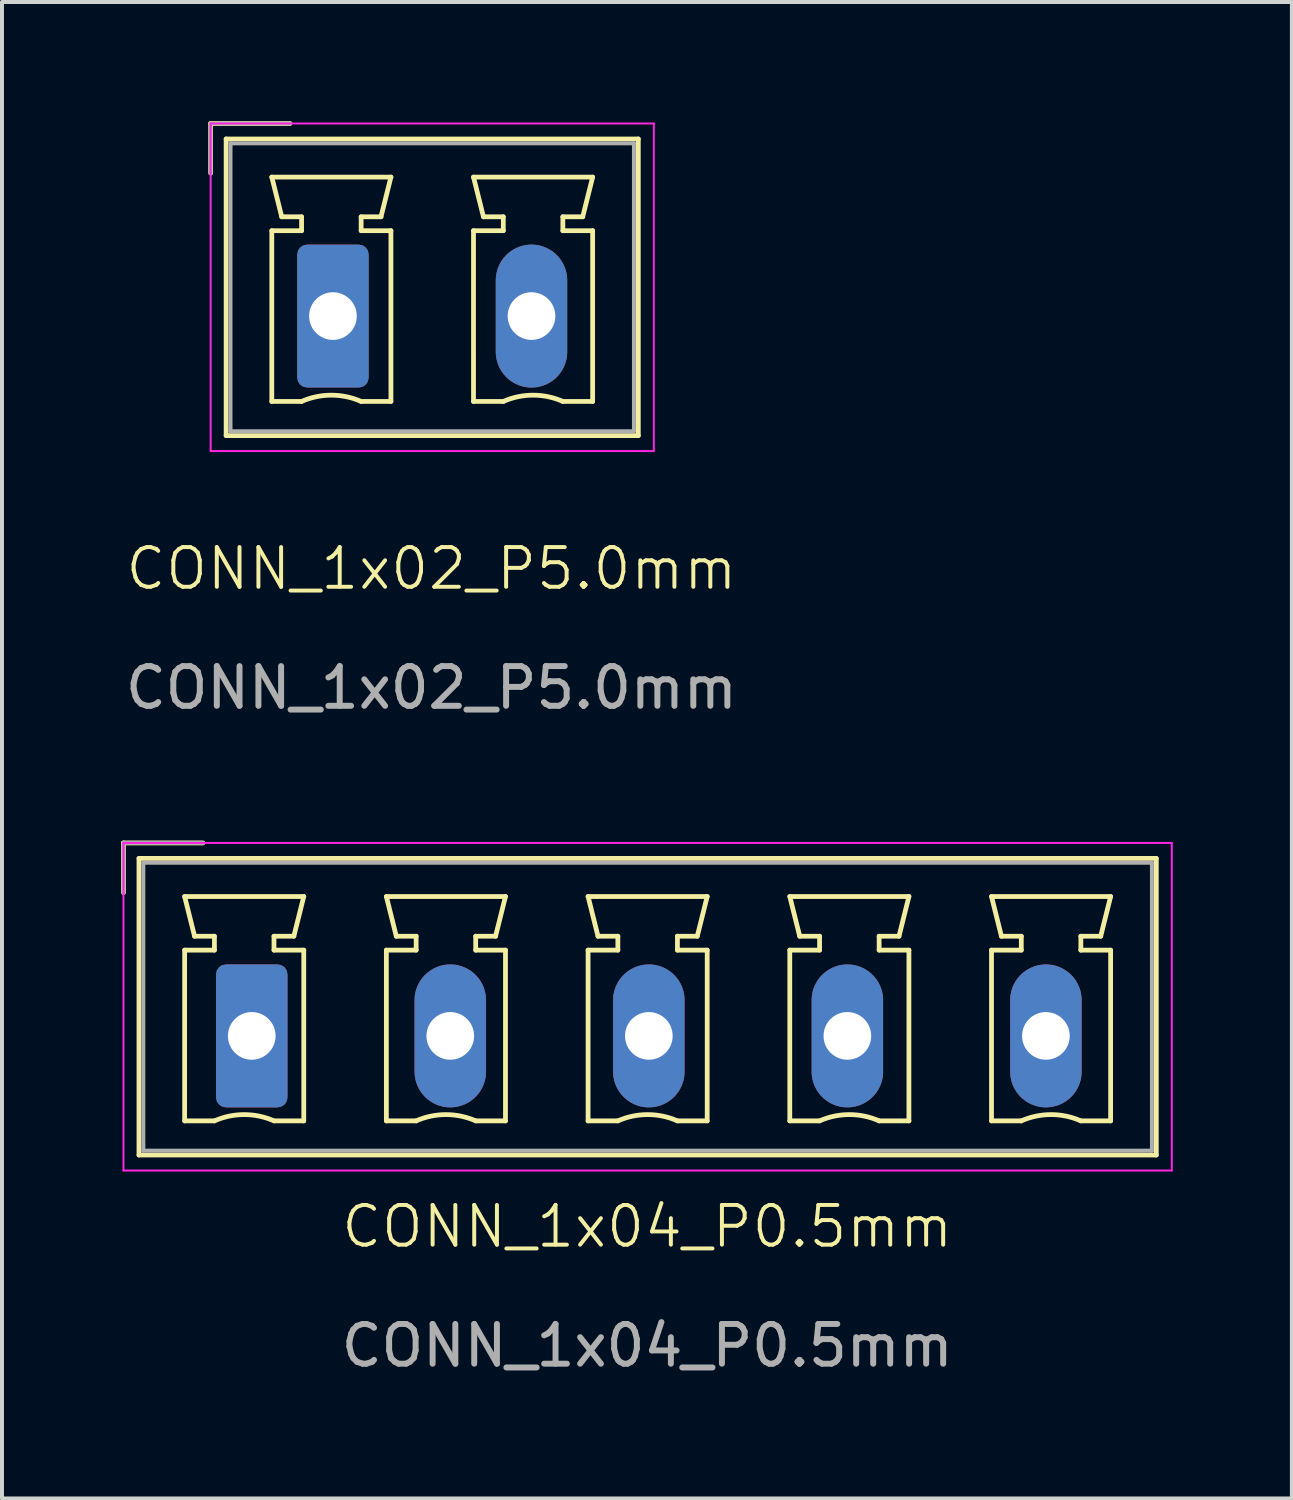
<source format=kicad_pcb>
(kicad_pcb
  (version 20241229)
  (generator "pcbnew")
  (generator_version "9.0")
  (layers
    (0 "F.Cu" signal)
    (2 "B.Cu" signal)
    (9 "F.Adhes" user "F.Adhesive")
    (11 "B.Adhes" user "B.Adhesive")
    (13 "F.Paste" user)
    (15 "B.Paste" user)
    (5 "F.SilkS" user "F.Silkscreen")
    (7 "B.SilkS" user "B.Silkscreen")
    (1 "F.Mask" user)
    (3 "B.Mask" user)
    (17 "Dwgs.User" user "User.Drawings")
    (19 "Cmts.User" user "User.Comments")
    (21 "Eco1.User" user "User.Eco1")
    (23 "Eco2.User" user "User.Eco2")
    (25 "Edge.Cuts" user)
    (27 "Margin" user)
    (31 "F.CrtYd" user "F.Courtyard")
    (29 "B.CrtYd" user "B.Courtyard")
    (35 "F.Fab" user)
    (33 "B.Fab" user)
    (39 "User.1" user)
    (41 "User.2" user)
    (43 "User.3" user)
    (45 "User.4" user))
  (footprint "CONN_1x02_P5.0mm"
    (layer "F.Cu")
    (at 7.835 4.76)
    (property "Reference" "CONN_1x02_P5.0mm" (at -0.02 6.51 0) (unlocked yes) (layer "F.SilkS") (effects (font (size 1 1) (thickness 0.1))))
    (attr through_hole)
    (fp_line (start -5.58 -4.7) (end -3.58 -4.7) (stroke (width 0.12) (type solid)) (layer "F.SilkS"))
    (fp_line (start -5.58 -3.45) (end -5.58 -4.7) (stroke (width 0.12) (type solid)) (layer "F.SilkS"))
    (fp_line (start -5.19 -4.31) (end -5.19 3.16) (stroke (width 0.12) (type solid)) (layer "F.SilkS"))
    (fp_line (start -5.19 3.16) (end 5.19 3.16) (stroke (width 0.12) (type solid)) (layer "F.SilkS"))
    (fp_line (start -4.04 -3.35) (end -1.04 -3.35) (stroke (width 0.12) (type solid)) (layer "F.SilkS"))
    (fp_line (start -4.04 -2) (end -3.29 -2) (stroke (width 0.12) (type solid)) (layer "F.SilkS"))
    (fp_line (start -4.04 2.3) (end -4.04 -2) (stroke (width 0.12) (type solid)) (layer "F.SilkS"))
    (fp_line (start -3.79 -2.35) (end -4.04 -3.35) (stroke (width 0.12) (type solid)) (layer "F.SilkS"))
    (fp_line (start -3.29 -2.35) (end -3.79 -2.35) (stroke (width 0.12) (type solid)) (layer "F.SilkS"))
    (fp_line (start -3.29 -2) (end -3.29 -2.35) (stroke (width 0.12) (type solid)) (layer "F.SilkS"))
    (fp_line (start -3.29 2.3) (end -4.04 2.3) (stroke (width 0.12) (type solid)) (layer "F.SilkS"))
    (fp_line (start -1.79 -2.35) (end -1.79 -2) (stroke (width 0.12) (type solid)) (layer "F.SilkS"))
    (fp_line (start -1.79 -2) (end -1.04 -2) (stroke (width 0.12) (type solid)) (layer "F.SilkS"))
    (fp_line (start -1.29 -2.35) (end -1.79 -2.35) (stroke (width 0.12) (type solid)) (layer "F.SilkS"))
    (fp_line (start -1.04 -3.35) (end -1.29 -2.35) (stroke (width 0.12) (type solid)) (layer "F.SilkS"))
    (fp_line (start -1.04 -2) (end -1.04 2.3) (stroke (width 0.12) (type solid)) (layer "F.SilkS"))
    (fp_line (start -1.04 2.3) (end -1.79 2.3) (stroke (width 0.12) (type solid)) (layer "F.SilkS"))
    (fp_line (start 1.04 -3.35) (end 4.04 -3.35) (stroke (width 0.12) (type solid)) (layer "F.SilkS"))
    (fp_line (start 1.04 -2) (end 1.79 -2) (stroke (width 0.12) (type solid)) (layer "F.SilkS"))
    (fp_line (start 1.04 2.3) (end 1.04 -2) (stroke (width 0.12) (type solid)) (layer "F.SilkS"))
    (fp_line (start 1.29 -2.35) (end 1.04 -3.35) (stroke (width 0.12) (type solid)) (layer "F.SilkS"))
    (fp_line (start 1.79 -2.35) (end 1.29 -2.35) (stroke (width 0.12) (type solid)) (layer "F.SilkS"))
    (fp_line (start 1.79 -2) (end 1.79 -2.35) (stroke (width 0.12) (type solid)) (layer "F.SilkS"))
    (fp_line (start 1.79 2.3) (end 1.04 2.3) (stroke (width 0.12) (type solid)) (layer "F.SilkS"))
    (fp_line (start 3.29 -2.35) (end 3.29 -2) (stroke (width 0.12) (type solid)) (layer "F.SilkS"))
    (fp_line (start 3.29 -2) (end 4.04 -2) (stroke (width 0.12) (type solid)) (layer "F.SilkS"))
    (fp_line (start 3.79 -2.35) (end 3.29 -2.35) (stroke (width 0.12) (type solid)) (layer "F.SilkS"))
    (fp_line (start 4.04 -3.35) (end 3.79 -2.35) (stroke (width 0.12) (type solid)) (layer "F.SilkS"))
    (fp_line (start 4.04 -2) (end 4.04 2.3) (stroke (width 0.12) (type solid)) (layer "F.SilkS"))
    (fp_line (start 4.04 2.3) (end 3.29 2.3) (stroke (width 0.12) (type solid)) (layer "F.SilkS"))
    (fp_line (start 5.19 -4.31) (end -5.19 -4.31) (stroke (width 0.12) (type solid)) (layer "F.SilkS"))
    (fp_line (start 5.19 3.16) (end 5.19 -4.31) (stroke (width 0.12) (type solid)) (layer "F.SilkS"))
    (fp_arc (start -3.29 2.3) (mid -2.540193 2.14191) (end -1.790353 2.299844) (stroke (width 0.12) (type solid)) (layer "F.SilkS"))
    (fp_arc (start 1.79 2.3) (mid 2.539807 2.14191) (end 3.289647 2.299844) (stroke (width 0.12) (type solid)) (layer "F.SilkS"))
    (fp_line (start -5.58 -4.7) (end -5.58 3.55) (stroke (width 0.05) (type solid)) (layer "F.CrtYd"))
    (fp_line (start -5.58 3.55) (end 5.58 3.55) (stroke (width 0.05) (type solid)) (layer "F.CrtYd"))
    (fp_line (start 5.58 -4.7) (end -5.58 -4.7) (stroke (width 0.05) (type solid)) (layer "F.CrtYd"))
    (fp_line (start 5.58 3.55) (end 5.58 -4.7) (stroke (width 0.05) (type solid)) (layer "F.CrtYd"))
    (fp_line (start -5.58 -4.7) (end -3.58 -4.7) (stroke (width 0.1) (type solid)) (layer "F.Fab"))
    (fp_line (start -5.58 -3.45) (end -5.58 -4.7) (stroke (width 0.1) (type solid)) (layer "F.Fab"))
    (fp_line (start -5.08 -4.2) (end -5.08 3.05) (stroke (width 0.1) (type solid)) (layer "F.Fab"))
    (fp_line (start -5.08 3.05) (end 5.08 3.05) (stroke (width 0.1) (type solid)) (layer "F.Fab"))
    (fp_line (start 5.08 -4.2) (end -5.08 -4.2) (stroke (width 0.1) (type solid)) (layer "F.Fab"))
    (fp_line (start 5.08 3.05) (end 5.08 -4.2) (stroke (width 0.1) (type solid)) (layer "F.Fab"))
    (fp_text user "${REFERENCE}" (at -0.02 9.51 0) (unlocked yes) (layer "F.Fab") (effects (font (size 1 1) (thickness 0.15))))
    (pad "1" thru_hole roundrect (at -2.5 0.15) (size 1.8 3.6) (drill 1.2) (layers "*.Cu" "*.Mask") (roundrect_rratio 0.139))
    (pad "2" thru_hole oval (at 2.5 0.15) (size 1.8 3.6) (drill 1.2) (layers "*.Cu" "*.Mask")))
  (footprint "CONN_1x04_P0.5mm"
    (layer "F.Cu")
    (at 13.29 23.038)
    (property "Reference" "CONN_1x04_P0.5mm" (at -0.04 4.8 0) (unlocked yes) (layer "F.SilkS") (effects (font (size 1 1) (thickness 0.1))))
    (attr through_hole)
    (fp_line (start -13.23 -4.86) (end -11.23 -4.86) (stroke (width 0.12) (type solid)) (layer "F.SilkS"))
    (fp_line (start -13.23 -3.61) (end -13.23 -4.86) (stroke (width 0.12) (type solid)) (layer "F.SilkS"))
    (fp_line (start -12.84 -4.47) (end -12.84 3) (stroke (width 0.12) (type solid)) (layer "F.SilkS"))
    (fp_line (start -12.84 3) (end 12.78 3) (stroke (width 0.12) (type solid)) (layer "F.SilkS"))
    (fp_line (start -11.69 -3.51) (end -8.69 -3.51) (stroke (width 0.12) (type solid)) (layer "F.SilkS"))
    (fp_line (start -11.69 -2.16) (end -10.94 -2.16) (stroke (width 0.12) (type solid)) (layer "F.SilkS"))
    (fp_line (start -11.69 2.14) (end -11.69 -2.16) (stroke (width 0.12) (type solid)) (layer "F.SilkS"))
    (fp_line (start -11.44 -2.51) (end -11.69 -3.51) (stroke (width 0.12) (type solid)) (layer "F.SilkS"))
    (fp_line (start -10.94 -2.51) (end -11.44 -2.51) (stroke (width 0.12) (type solid)) (layer "F.SilkS"))
    (fp_line (start -10.94 -2.16) (end -10.94 -2.51) (stroke (width 0.12) (type solid)) (layer "F.SilkS"))
    (fp_line (start -10.94 2.14) (end -11.69 2.14) (stroke (width 0.12) (type solid)) (layer "F.SilkS"))
    (fp_line (start -9.44 -2.51) (end -9.44 -2.16) (stroke (width 0.12) (type solid)) (layer "F.SilkS"))
    (fp_line (start -9.44 -2.16) (end -8.69 -2.16) (stroke (width 0.12) (type solid)) (layer "F.SilkS"))
    (fp_line (start -8.94 -2.51) (end -9.44 -2.51) (stroke (width 0.12) (type solid)) (layer "F.SilkS"))
    (fp_line (start -8.69 -3.51) (end -8.94 -2.51) (stroke (width 0.12) (type solid)) (layer "F.SilkS"))
    (fp_line (start -8.69 -2.16) (end -8.69 2.14) (stroke (width 0.12) (type solid)) (layer "F.SilkS"))
    (fp_line (start -8.69 2.14) (end -9.44 2.14) (stroke (width 0.12) (type solid)) (layer "F.SilkS"))
    (fp_line (start -6.61 -3.51) (end -3.61 -3.51) (stroke (width 0.12) (type solid)) (layer "F.SilkS"))
    (fp_line (start -6.61 -2.16) (end -5.86 -2.16) (stroke (width 0.12) (type solid)) (layer "F.SilkS"))
    (fp_line (start -6.61 2.14) (end -6.61 -2.16) (stroke (width 0.12) (type solid)) (layer "F.SilkS"))
    (fp_line (start -6.36 -2.51) (end -6.61 -3.51) (stroke (width 0.12) (type solid)) (layer "F.SilkS"))
    (fp_line (start -5.86 -2.51) (end -6.36 -2.51) (stroke (width 0.12) (type solid)) (layer "F.SilkS"))
    (fp_line (start -5.86 -2.16) (end -5.86 -2.51) (stroke (width 0.12) (type solid)) (layer "F.SilkS"))
    (fp_line (start -5.86 2.14) (end -6.61 2.14) (stroke (width 0.12) (type solid)) (layer "F.SilkS"))
    (fp_line (start -4.36 -2.51) (end -4.36 -2.16) (stroke (width 0.12) (type solid)) (layer "F.SilkS"))
    (fp_line (start -4.36 -2.16) (end -3.61 -2.16) (stroke (width 0.12) (type solid)) (layer "F.SilkS"))
    (fp_line (start -3.86 -2.51) (end -4.36 -2.51) (stroke (width 0.12) (type solid)) (layer "F.SilkS"))
    (fp_line (start -3.61 -3.51) (end -3.86 -2.51) (stroke (width 0.12) (type solid)) (layer "F.SilkS"))
    (fp_line (start -3.61 -2.16) (end -3.61 2.14) (stroke (width 0.12) (type solid)) (layer "F.SilkS"))
    (fp_line (start -3.61 2.14) (end -4.36 2.14) (stroke (width 0.12) (type solid)) (layer "F.SilkS"))
    (fp_line (start -1.53 -3.51) (end 1.47 -3.51) (stroke (width 0.12) (type solid)) (layer "F.SilkS"))
    (fp_line (start -1.53 -2.16) (end -0.78 -2.16) (stroke (width 0.12) (type solid)) (layer "F.SilkS"))
    (fp_line (start -1.53 2.14) (end -1.53 -2.16) (stroke (width 0.12) (type solid)) (layer "F.SilkS"))
    (fp_line (start -1.28 -2.51) (end -1.53 -3.51) (stroke (width 0.12) (type solid)) (layer "F.SilkS"))
    (fp_line (start -0.78 -2.51) (end -1.28 -2.51) (stroke (width 0.12) (type solid)) (layer "F.SilkS"))
    (fp_line (start -0.78 -2.16) (end -0.78 -2.51) (stroke (width 0.12) (type solid)) (layer "F.SilkS"))
    (fp_line (start -0.78 2.14) (end -1.53 2.14) (stroke (width 0.12) (type solid)) (layer "F.SilkS"))
    (fp_line (start 0.72 -2.51) (end 0.72 -2.16) (stroke (width 0.12) (type solid)) (layer "F.SilkS"))
    (fp_line (start 0.72 -2.16) (end 1.47 -2.16) (stroke (width 0.12) (type solid)) (layer "F.SilkS"))
    (fp_line (start 1.22 -2.51) (end 0.72 -2.51) (stroke (width 0.12) (type solid)) (layer "F.SilkS"))
    (fp_line (start 1.47 -3.51) (end 1.22 -2.51) (stroke (width 0.12) (type solid)) (layer "F.SilkS"))
    (fp_line (start 1.47 -2.16) (end 1.47 2.14) (stroke (width 0.12) (type solid)) (layer "F.SilkS"))
    (fp_line (start 1.47 2.14) (end 0.72 2.14) (stroke (width 0.12) (type solid)) (layer "F.SilkS"))
    (fp_line (start 3.55 -3.51) (end 6.55 -3.51) (stroke (width 0.12) (type solid)) (layer "F.SilkS"))
    (fp_line (start 3.55 -2.16) (end 4.3 -2.16) (stroke (width 0.12) (type solid)) (layer "F.SilkS"))
    (fp_line (start 3.55 2.14) (end 3.55 -2.16) (stroke (width 0.12) (type solid)) (layer "F.SilkS"))
    (fp_line (start 3.8 -2.51) (end 3.55 -3.51) (stroke (width 0.12) (type solid)) (layer "F.SilkS"))
    (fp_line (start 4.3 -2.51) (end 3.8 -2.51) (stroke (width 0.12) (type solid)) (layer "F.SilkS"))
    (fp_line (start 4.3 -2.16) (end 4.3 -2.51) (stroke (width 0.12) (type solid)) (layer "F.SilkS"))
    (fp_line (start 4.3 2.14) (end 3.55 2.14) (stroke (width 0.12) (type solid)) (layer "F.SilkS"))
    (fp_line (start 5.8 -2.51) (end 5.8 -2.16) (stroke (width 0.12) (type solid)) (layer "F.SilkS"))
    (fp_line (start 5.8 -2.16) (end 6.55 -2.16) (stroke (width 0.12) (type solid)) (layer "F.SilkS"))
    (fp_line (start 6.3 -2.51) (end 5.8 -2.51) (stroke (width 0.12) (type solid)) (layer "F.SilkS"))
    (fp_line (start 6.55 -3.51) (end 6.3 -2.51) (stroke (width 0.12) (type solid)) (layer "F.SilkS"))
    (fp_line (start 6.55 -2.16) (end 6.55 2.14) (stroke (width 0.12) (type solid)) (layer "F.SilkS"))
    (fp_line (start 6.55 2.14) (end 5.8 2.14) (stroke (width 0.12) (type solid)) (layer "F.SilkS"))
    (fp_line (start 8.63 -3.51) (end 11.63 -3.51) (stroke (width 0.12) (type solid)) (layer "F.SilkS"))
    (fp_line (start 8.63 -2.16) (end 9.38 -2.16) (stroke (width 0.12) (type solid)) (layer "F.SilkS"))
    (fp_line (start 8.63 2.14) (end 8.63 -2.16) (stroke (width 0.12) (type solid)) (layer "F.SilkS"))
    (fp_line (start 8.88 -2.51) (end 8.63 -3.51) (stroke (width 0.12) (type solid)) (layer "F.SilkS"))
    (fp_line (start 9.38 -2.51) (end 8.88 -2.51) (stroke (width 0.12) (type solid)) (layer "F.SilkS"))
    (fp_line (start 9.38 -2.16) (end 9.38 -2.51) (stroke (width 0.12) (type solid)) (layer "F.SilkS"))
    (fp_line (start 9.38 2.14) (end 8.63 2.14) (stroke (width 0.12) (type solid)) (layer "F.SilkS"))
    (fp_line (start 10.88 -2.51) (end 10.88 -2.16) (stroke (width 0.12) (type solid)) (layer "F.SilkS"))
    (fp_line (start 10.88 -2.16) (end 11.63 -2.16) (stroke (width 0.12) (type solid)) (layer "F.SilkS"))
    (fp_line (start 11.38 -2.51) (end 10.88 -2.51) (stroke (width 0.12) (type solid)) (layer "F.SilkS"))
    (fp_line (start 11.63 -3.51) (end 11.38 -2.51) (stroke (width 0.12) (type solid)) (layer "F.SilkS"))
    (fp_line (start 11.63 -2.16) (end 11.63 2.14) (stroke (width 0.12) (type solid)) (layer "F.SilkS"))
    (fp_line (start 11.63 2.14) (end 10.88 2.14) (stroke (width 0.12) (type solid)) (layer "F.SilkS"))
    (fp_line (start 12.78 -4.47) (end -12.84 -4.47) (stroke (width 0.12) (type solid)) (layer "F.SilkS"))
    (fp_line (start 12.78 3) (end 12.78 -4.47) (stroke (width 0.12) (type solid)) (layer "F.SilkS"))
    (fp_arc (start -10.94 2.14) (mid -10.190193 1.98191) (end -9.440353 2.139844) (stroke (width 0.12) (type solid)) (layer "F.SilkS"))
    (fp_arc (start -5.86 2.14) (mid -5.110193 1.98191) (end -4.360353 2.139844) (stroke (width 0.12) (type solid)) (layer "F.SilkS"))
    (fp_arc (start -0.78 2.14) (mid -0.030193 1.98191) (end 0.719647 2.139844) (stroke (width 0.12) (type solid)) (layer "F.SilkS"))
    (fp_arc (start 4.3 2.14) (mid 5.049807 1.98191) (end 5.799647 2.139844) (stroke (width 0.12) (type solid)) (layer "F.SilkS"))
    (fp_arc (start 9.38 2.14) (mid 10.129807 1.98191) (end 10.879647 2.139844) (stroke (width 0.12) (type solid)) (layer "F.SilkS"))
    (fp_line (start -13.23 -4.86) (end -13.23 3.39) (stroke (width 0.05) (type solid)) (layer "F.CrtYd"))
    (fp_line (start -13.23 3.39) (end 13.17 3.39) (stroke (width 0.05) (type solid)) (layer "F.CrtYd"))
    (fp_line (start 13.17 -4.86) (end -13.23 -4.86) (stroke (width 0.05) (type solid)) (layer "F.CrtYd"))
    (fp_line (start 13.17 3.39) (end 13.17 -4.86) (stroke (width 0.05) (type solid)) (layer "F.CrtYd"))
    (fp_line (start -13.23 -4.86) (end -11.23 -4.86) (stroke (width 0.1) (type solid)) (layer "F.Fab"))
    (fp_line (start -13.23 -3.61) (end -13.23 -4.86) (stroke (width 0.1) (type solid)) (layer "F.Fab"))
    (fp_line (start -12.73 -4.36) (end -12.73 2.89) (stroke (width 0.1) (type solid)) (layer "F.Fab"))
    (fp_line (start -12.73 2.89) (end 12.67 2.89) (stroke (width 0.1) (type solid)) (layer "F.Fab"))
    (fp_line (start 12.67 -4.36) (end -12.73 -4.36) (stroke (width 0.1) (type solid)) (layer "F.Fab"))
    (fp_line (start 12.67 2.89) (end 12.67 -4.36) (stroke (width 0.1) (type solid)) (layer "F.Fab"))
    (fp_text user "${REFERENCE}" (at -0.04 7.8 0) (unlocked yes) (layer "F.Fab") (effects (font (size 1 1) (thickness 0.15))))
    (pad "1" thru_hole roundrect (at -10 0) (size 1.8 3.6) (drill 1.2) (layers "*.Cu" "*.Mask") (roundrect_rratio 0.139))
    (pad "2" thru_hole oval (at -5 0) (size 1.8 3.6) (drill 1.2) (layers "*.Cu" "*.Mask"))
    (pad "3" thru_hole oval (at 0 0) (size 1.8 3.6) (drill 1.2) (layers "*.Cu" "*.Mask"))
    (pad "4" thru_hole oval (at 5 0) (size 1.8 3.6) (drill 1.2) (layers "*.Cu" "*.Mask"))
    (pad "5" thru_hole oval (at 10 0) (size 1.8 3.6) (drill 1.2) (layers "*.Cu" "*.Mask")))
  (gr_rect
    (start -3 -3)
    (end 29.485 34.687)
    (stroke (width 0.1) (type default))
    (fill no)
    (layer "Edge.Cuts")))
</source>
